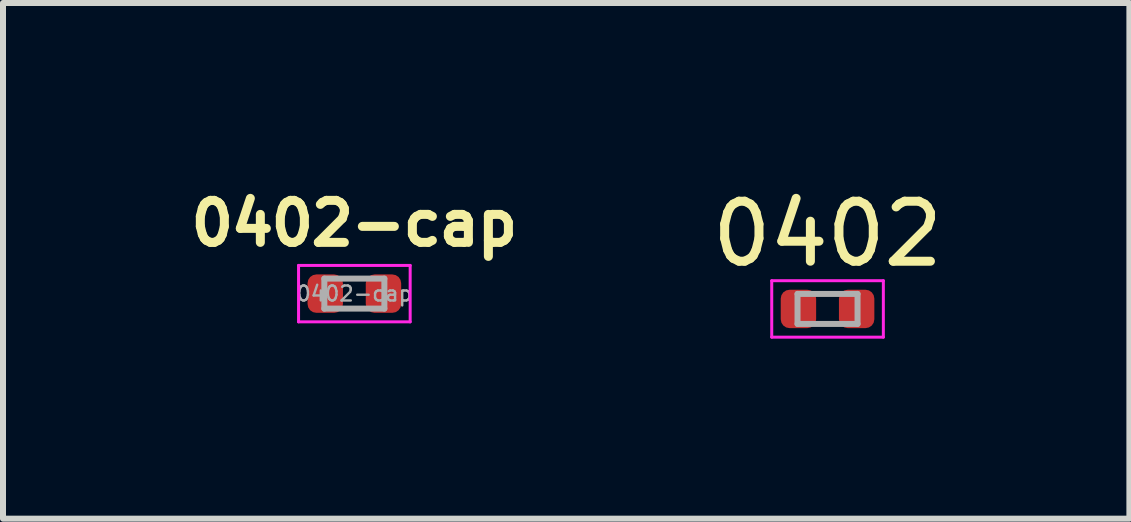
<source format=kicad_pcb>
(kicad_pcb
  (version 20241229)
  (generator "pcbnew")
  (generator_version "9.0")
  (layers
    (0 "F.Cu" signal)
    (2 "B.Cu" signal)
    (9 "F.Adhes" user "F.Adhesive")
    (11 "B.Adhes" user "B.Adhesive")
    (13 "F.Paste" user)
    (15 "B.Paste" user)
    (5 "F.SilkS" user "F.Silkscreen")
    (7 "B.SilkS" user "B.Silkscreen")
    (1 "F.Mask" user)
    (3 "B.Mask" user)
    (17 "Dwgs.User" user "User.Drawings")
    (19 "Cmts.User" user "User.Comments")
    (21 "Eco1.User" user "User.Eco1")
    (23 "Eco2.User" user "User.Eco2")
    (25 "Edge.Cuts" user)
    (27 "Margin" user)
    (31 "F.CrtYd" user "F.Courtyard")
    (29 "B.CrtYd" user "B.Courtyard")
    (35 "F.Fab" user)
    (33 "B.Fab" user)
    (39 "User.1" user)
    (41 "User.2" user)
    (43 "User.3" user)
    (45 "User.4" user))
  (footprint "0402"
    (layer "F.Cu")
    (at 10.74 2.098)
    (property "Reference" "0402" (at 0 -1.25 0) (layer "F.SilkS") (effects (font (size 1 1) (thickness 0.15))))
    (attr smd)
    (fp_line (start -0.93 -0.47) (end 0.93 -0.47) (stroke (width 0.05) (type solid)) (layer "F.CrtYd"))
    (fp_line (start -0.93 0.47) (end -0.93 -0.47) (stroke (width 0.05) (type solid)) (layer "F.CrtYd"))
    (fp_line (start 0.93 -0.47) (end 0.93 0.47) (stroke (width 0.05) (type solid)) (layer "F.CrtYd"))
    (fp_line (start 0.93 0.47) (end -0.93 0.47) (stroke (width 0.05) (type solid)) (layer "F.CrtYd"))
    (fp_line (start -0.5 -0.25) (end 0.5 -0.25) (stroke (width 0.1) (type solid)) (layer "F.Fab"))
    (fp_line (start -0.5 0.25) (end -0.5 -0.25) (stroke (width 0.1) (type solid)) (layer "F.Fab"))
    (fp_line (start 0.5 -0.25) (end 0.5 0.25) (stroke (width 0.1) (type solid)) (layer "F.Fab"))
    (fp_line (start 0.5 0.25) (end -0.5 0.25) (stroke (width 0.1) (type solid)) (layer "F.Fab"))
    (pad "1" smd roundrect (at -0.485 0) (size 0.59 0.64) (layers "F.Cu" "F.Mask" "F.Paste") (roundrect_rratio 0.25))
    (pad "2" smd roundrect (at 0.485 0) (size 0.59 0.64) (layers "F.Cu" "F.Mask" "F.Paste") (roundrect_rratio 0.25)))
  (footprint "0402-cap"
    (layer "F.Cu")
    (at 2.855 1.843)
    (property "Reference" "0402-cap" (at 0 -1.17 0) (layer "F.SilkS") (effects (font (size 0.7 0.7) (thickness 0.15))))
    (attr smd)
    (fp_line (start -0.93 -0.47) (end 0.93 -0.47) (stroke (width 0.05) (type solid)) (layer "F.CrtYd"))
    (fp_line (start -0.93 0.47) (end -0.93 -0.47) (stroke (width 0.05) (type solid)) (layer "F.CrtYd"))
    (fp_line (start 0.93 -0.47) (end 0.93 0.47) (stroke (width 0.05) (type solid)) (layer "F.CrtYd"))
    (fp_line (start 0.93 0.47) (end -0.93 0.47) (stroke (width 0.05) (type solid)) (layer "F.CrtYd"))
    (fp_line (start -0.5 -0.25) (end 0.5 -0.25) (stroke (width 0.1) (type solid)) (layer "F.Fab"))
    (fp_line (start -0.5 0.25) (end -0.5 -0.25) (stroke (width 0.1) (type solid)) (layer "F.Fab"))
    (fp_line (start 0.5 -0.25) (end 0.5 0.25) (stroke (width 0.1) (type solid)) (layer "F.Fab"))
    (fp_line (start 0.5 0.25) (end -0.5 0.25) (stroke (width 0.1) (type solid)) (layer "F.Fab"))
    (fp_text user "${REFERENCE}" (at 0 0 0) (layer "F.Fab") (effects (font (size 0.25 0.25) (thickness 0.04))))
    (pad "1" smd roundrect (at -0.485 0) (size 0.59 0.64) (layers "F.Cu" "F.Mask" "F.Paste") (roundrect_rratio 0.25))
    (pad "2" smd roundrect (at 0.485 0) (size 0.59 0.64) (layers "F.Cu" "F.Mask" "F.Paste") (roundrect_rratio 0.25)))
  (gr_rect
    (start -3 -3)
    (end 15.77 5.593)
    (stroke (width 0.1) (type default))
    (fill no)
    (layer "Edge.Cuts")))
</source>
